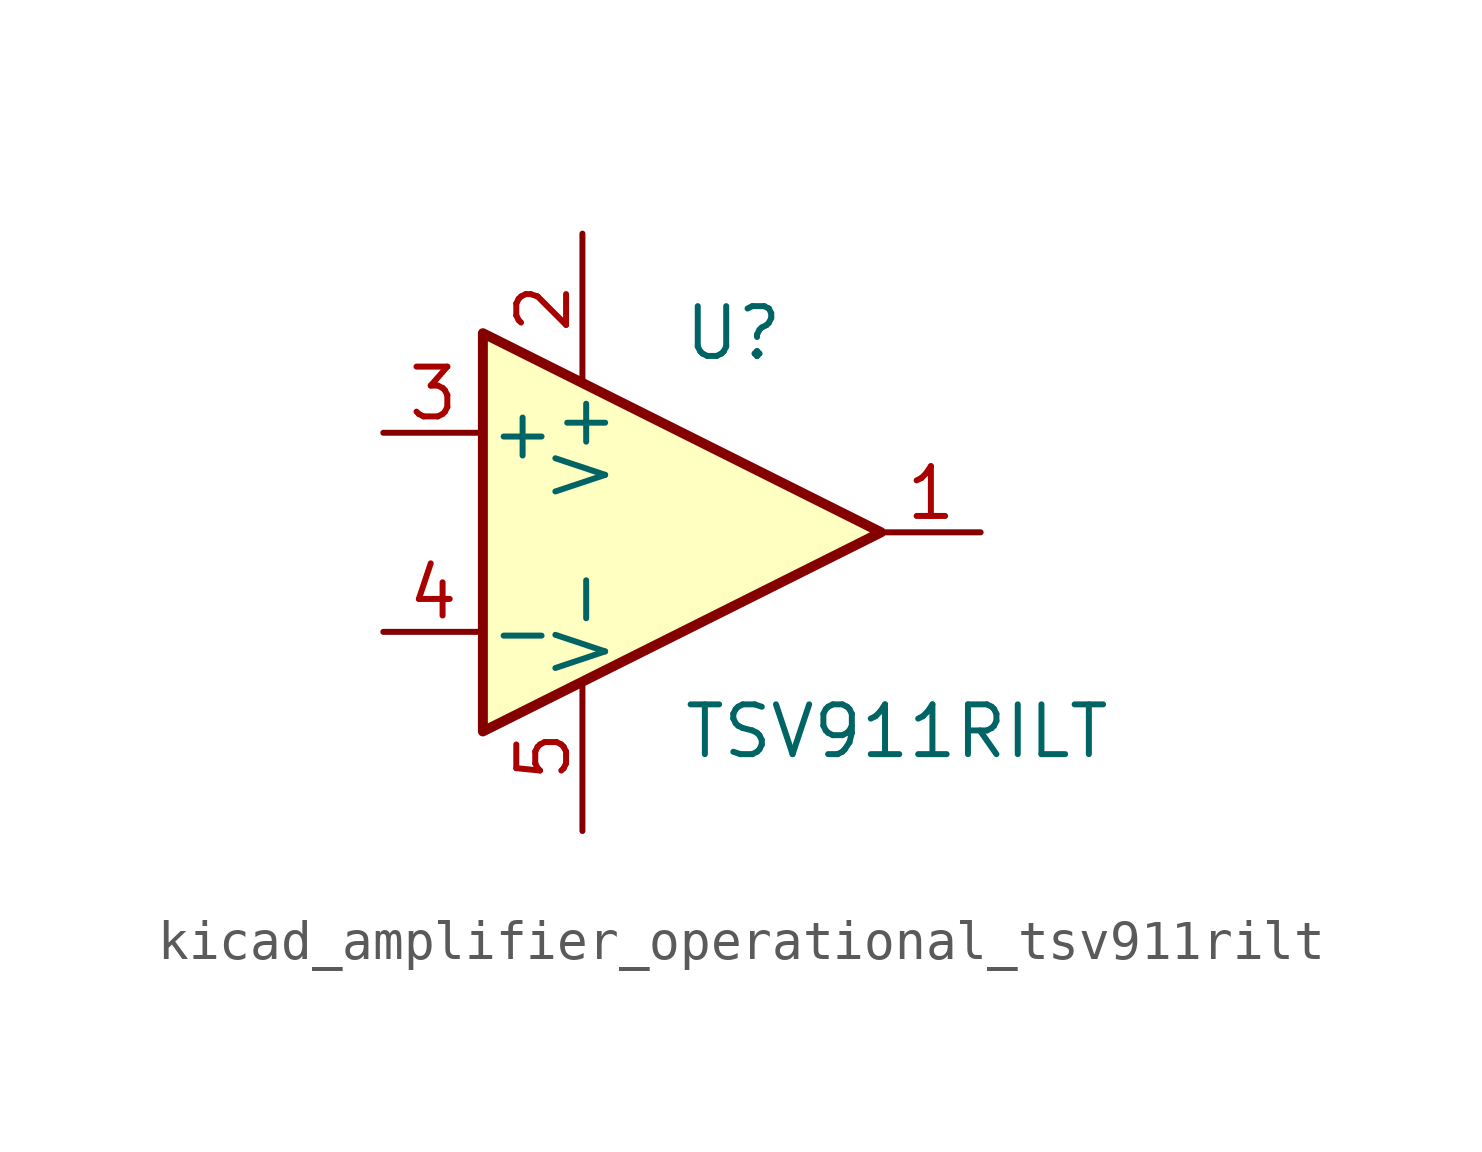
<source format=kicad_sym>
(kicad_symbol_lib
  (version 20220914)
  (generator kicad_symbol_editor)
  (symbol "kicad_amplifier_operational_tsv911rilt"
    (pin_names
      (offset 0.127))
    (property "Reference" "U"
      (at 0 5.08 0)
      (effects (font (size 1.27 1.27)) (justify left)))
    (property "Value" "TSV911RILT"
      (at 0 -5.08 0)
      (effects (font (size 1.27 1.27)) (justify left)))
    (symbol "kicad_amplifier_operational_tsv911rilt_0_1"
      (polyline (pts (xy -5.08 5.08) (xy 5.08 0) (xy -5.08 -5.08) (xy -5.08 5.08)) (stroke (width 0.254) (type default)) (fill (type background)))
      (pin power_in line (at -2.54 7.62 270) (length 3.81) (name "V+" (effects (font (size 1.27 1.27)))) (number "2" (effects (font (size 1.27 1.27)))))
      (pin power_in line (at -2.54 -7.62 90) (length 3.81) (name "V-" (effects (font (size 1.27 1.27)))) (number "5" (effects (font (size 1.27 1.27))))))
    (symbol "kicad_amplifier_operational_tsv911rilt_1_1"
      (pin output line (at 7.62 0 180) (length 2.54) (name "~" (effects (font (size 1.27 1.27)))) (number "1" (effects (font (size 1.27 1.27)))))
      (pin input line (at -7.62 2.54 0) (length 2.54) (name "+" (effects (font (size 1.27 1.27)))) (number "3" (effects (font (size 1.27 1.27)))))
      (pin input line (at -7.62 -2.54 0) (length 2.54) (name "-" (effects (font (size 1.27 1.27)))) (number "4" (effects (font (size 1.27 1.27))))))))
</source>
